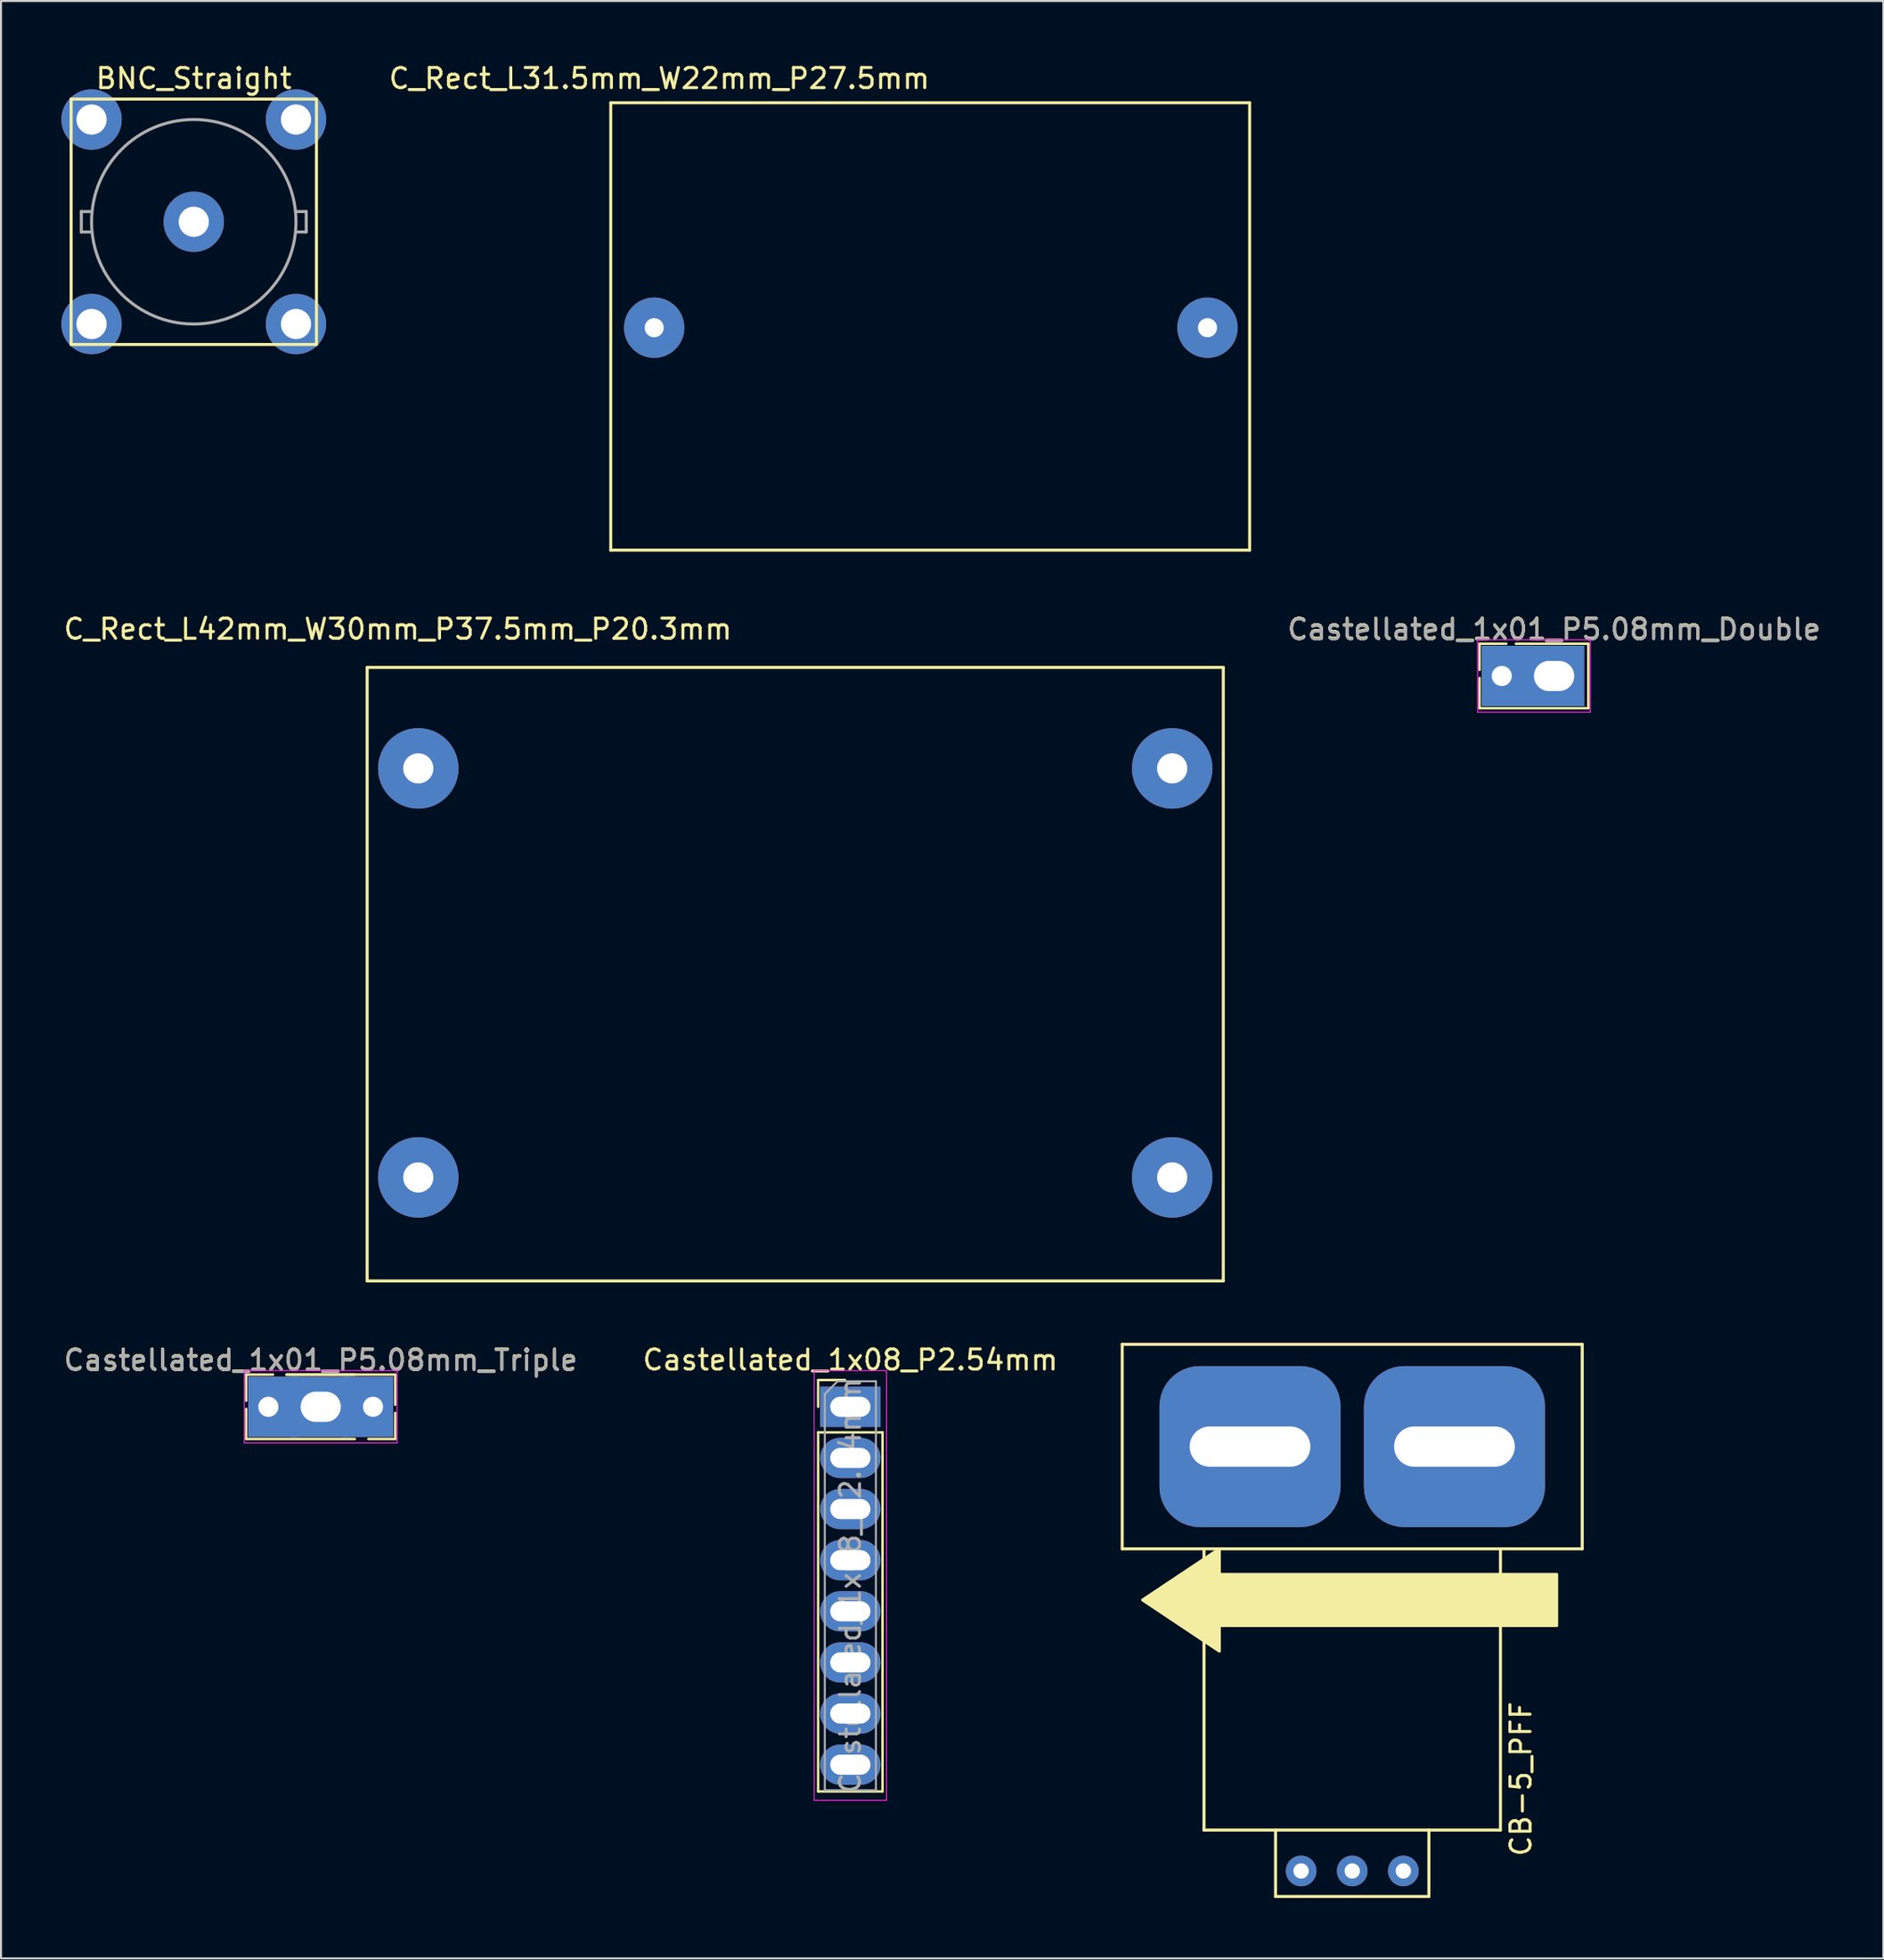
<source format=kicad_pcb>
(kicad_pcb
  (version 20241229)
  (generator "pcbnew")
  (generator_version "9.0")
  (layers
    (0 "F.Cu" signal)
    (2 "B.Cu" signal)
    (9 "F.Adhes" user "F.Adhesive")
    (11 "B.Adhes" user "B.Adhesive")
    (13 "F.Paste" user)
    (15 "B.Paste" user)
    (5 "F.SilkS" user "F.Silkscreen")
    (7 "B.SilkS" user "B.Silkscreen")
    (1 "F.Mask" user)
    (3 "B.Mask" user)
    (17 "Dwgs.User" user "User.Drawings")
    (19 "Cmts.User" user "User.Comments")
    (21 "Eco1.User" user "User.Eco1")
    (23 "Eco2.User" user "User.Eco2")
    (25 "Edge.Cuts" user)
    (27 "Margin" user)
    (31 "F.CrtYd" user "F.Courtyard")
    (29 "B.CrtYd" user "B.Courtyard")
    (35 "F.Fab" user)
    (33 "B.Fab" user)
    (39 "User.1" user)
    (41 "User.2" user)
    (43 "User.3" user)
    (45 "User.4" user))
  (footprint "C_Rect_L31.5mm_W22mm_P27.5mm"
    (layer "F.Cu")
    (at 42.541 2.055)
    (property "Reference" "C_Rect_L31.5mm_W22mm_P27.5mm" (at -12.827 -1.206 0) (layer "F.SilkS") (effects (font (size 1 1) (thickness 0.15))))
    (attr through_hole)
    (fp_line (start -15.24 0) (end 16.51 0) (stroke (width 0.15) (type solid)) (layer "F.SilkS"))
    (fp_line (start -15.24 22.225) (end -15.24 0) (stroke (width 0.15) (type solid)) (layer "F.SilkS"))
    (fp_line (start 16.51 0) (end 16.51 22.225) (stroke (width 0.15) (type solid)) (layer "F.SilkS"))
    (fp_line (start 16.51 22.225) (end -15.24 22.225) (stroke (width 0.15) (type solid)) (layer "F.SilkS"))
    (pad "1" thru_hole circle (at -13.081 11.176) (size 3 3) (drill 0.95) (layers "*.Cu" "*.Mask"))
    (pad "2" thru_hole circle (at 14.415 11.176) (size 3 3) (drill 0.95) (layers "*.Cu" "*.Mask")))
  (footprint "Castellated_1x08_P2.54mm"
    (layer "F.Cu")
    (at 39.208 66.841)
    (property "Reference" "Castellated_1x08_P2.54mm" (at 0 -2.33 0) (layer "F.SilkS") (effects (font (size 1 1) (thickness 0.15))))
    (attr through_hole)
    (fp_line (start -1.6 -1.33) (end -0.27 -1.33) (stroke (width 0.12) (type solid)) (layer "F.SilkS"))
    (fp_line (start -1.6 0) (end -1.6 -1.33) (stroke (width 0.12) (type solid)) (layer "F.SilkS"))
    (fp_line (start -1.6 1.27) (end -1.6 19.11) (stroke (width 0.12) (type solid)) (layer "F.SilkS"))
    (fp_line (start -1.6 1.27) (end 1.6 1.27) (stroke (width 0.12) (type solid)) (layer "F.SilkS"))
    (fp_line (start -1.6 19.11) (end 1.6 19.11) (stroke (width 0.12) (type solid)) (layer "F.SilkS"))
    (fp_line (start 1.6 1.27) (end 1.6 19.11) (stroke (width 0.12) (type solid)) (layer "F.SilkS"))
    (fp_line (start -1.8 -1.8) (end -1.8 19.55) (stroke (width 0.05) (type solid)) (layer "F.CrtYd"))
    (fp_line (start -1.8 19.55) (end 1.8 19.55) (stroke (width 0.05) (type solid)) (layer "F.CrtYd"))
    (fp_line (start 1.8 -1.8) (end -1.8 -1.8) (stroke (width 0.05) (type solid)) (layer "F.CrtYd"))
    (fp_line (start 1.8 19.55) (end 1.8 -1.8) (stroke (width 0.05) (type solid)) (layer "F.CrtYd"))
    (fp_line (start -1.27 -0.635) (end -0.635 -1.27) (stroke (width 0.1) (type solid)) (layer "F.Fab"))
    (fp_line (start -1.27 19.05) (end -1.27 -0.635) (stroke (width 0.1) (type solid)) (layer "F.Fab"))
    (fp_line (start -0.635 -1.27) (end 1.27 -1.27) (stroke (width 0.1) (type solid)) (layer "F.Fab"))
    (fp_line (start 1.27 -1.27) (end 1.27 19.05) (stroke (width 0.1) (type solid)) (layer "F.Fab"))
    (fp_line (start 1.27 19.05) (end -1.27 19.05) (stroke (width 0.1) (type solid)) (layer "F.Fab"))
    (fp_text user "${REFERENCE}" (at 0 8.89 90) (layer "F.Fab") (effects (font (size 1 1) (thickness 0.15))))
    (pad "1" thru_hole rect (at 0 0) (size 3 2) (drill oval 2 1) (layers "*.Cu" "*.Mask"))
    (pad "2" thru_hole oval (at 0 2.54) (size 3 2) (drill oval 2 1) (layers "*.Cu" "*.Mask"))
    (pad "3" thru_hole oval (at 0 5.08) (size 3 2) (drill oval 2 1) (layers "*.Cu" "*.Mask"))
    (pad "4" thru_hole oval (at 0 7.62) (size 3 2) (drill oval 2 1) (layers "*.Cu" "*.Mask"))
    (pad "5" thru_hole oval (at 0 10.16) (size 3 2) (drill oval 2 1) (layers "*.Cu" "*.Mask"))
    (pad "6" thru_hole oval (at 0 12.7) (size 3 2) (drill oval 2 1) (layers "*.Cu" "*.Mask"))
    (pad "7" thru_hole oval (at 0 15.24) (size 3 2) (drill oval 2 1) (layers "*.Cu" "*.Mask"))
    (pad "8" thru_hole oval (at 0 17.78) (size 3 2) (drill oval 2 1) (layers "*.Cu" "*.Mask")))
  (footprint "C_Rect_L42mm_W30mm_P37.5mm_P20.3mm"
    (layer "F.Cu")
    (at 36.405 30.108)
    (property "Reference" "C_Rect_L42mm_W30mm_P37.5mm_P20.3mm" (at -19.685 -1.905 0) (layer "F.SilkS") (effects (font (size 1 1) (thickness 0.15))))
    (attr through_hole)
    (fp_line (start -21.209 0) (end 21.336 0) (stroke (width 0.15) (type solid)) (layer "F.SilkS"))
    (fp_line (start -21.209 30.48) (end -21.209 0) (stroke (width 0.15) (type solid)) (layer "F.SilkS"))
    (fp_line (start 21.336 0) (end 21.336 30.48) (stroke (width 0.15) (type solid)) (layer "F.SilkS"))
    (fp_line (start 21.336 30.48) (end -21.209 30.48) (stroke (width 0.15) (type solid)) (layer "F.SilkS"))
    (pad "1" thru_hole circle (at -18.669 5.016) (size 4 4) (drill 1.5) (layers "*.Cu" "*.Mask"))
    (pad "1" thru_hole circle (at -18.669 25.337) (size 4 4) (drill 1.5) (layers "*.Cu" "*.Mask"))
    (pad "2" thru_hole circle (at 18.796 5.016) (size 4 4) (drill 1.5) (layers "*.Cu" "*.Mask"))
    (pad "2" thru_hole circle (at 18.796 25.337) (size 4 4) (drill 1.5) (layers "*.Cu" "*.Mask")))
  (footprint "CB-5_PFF"
    (layer "F.Cu")
    (at 64.148 65.008)
    (property "Reference" "CB-5_PFF" (at 8.382 20.32 90) (layer "F.SilkS") (effects (font (size 1 1) (thickness 0.15))))
    (attr through_hole)
    (fp_line (start -11.43 -1.27) (end 11.43 -1.27) (stroke (width 0.15) (type solid)) (layer "F.SilkS"))
    (fp_line (start -11.43 8.89) (end -11.43 -1.27) (stroke (width 0.15) (type solid)) (layer "F.SilkS"))
    (fp_line (start -7.366 8.89) (end -7.366 22.86) (stroke (width 0.15) (type solid)) (layer "F.SilkS"))
    (fp_line (start -7.366 22.86) (end 7.366 22.86) (stroke (width 0.15) (type solid)) (layer "F.SilkS"))
    (fp_line (start -3.81 22.86) (end -3.81 26.162) (stroke (width 0.15) (type solid)) (layer "F.SilkS"))
    (fp_line (start -3.81 26.162) (end 3.81 26.162) (stroke (width 0.15) (type solid)) (layer "F.SilkS"))
    (fp_line (start 3.81 26.162) (end 3.81 22.86) (stroke (width 0.15) (type solid)) (layer "F.SilkS"))
    (fp_line (start 7.366 22.86) (end 7.366 8.89) (stroke (width 0.15) (type solid)) (layer "F.SilkS"))
    (fp_line (start 11.43 -1.27) (end 11.43 8.89) (stroke (width 0.15) (type solid)) (layer "F.SilkS"))
    (fp_line (start 11.43 8.89) (end -11.43 8.89) (stroke (width 0.15) (type solid)) (layer "F.SilkS"))
    (fp_poly (pts (xy -6.604 8.89) (xy -6.604 13.97) (xy -10.414 11.43)) (stroke (width 0.15) (type solid)) (fill yes) (layer "F.SilkS"))
    (fp_poly (pts (xy 10.16 10.16) (xy 10.16 12.7) (xy -6.604 12.7) (xy -6.604 10.16)) (stroke (width 0.15) (type solid)) (fill yes) (layer "F.SilkS"))
    (pad "1" thru_hole circle (at -2.54 24.892) (size 1.524 1.524) (drill 0.762) (layers "*.Cu" "*.Mask"))
    (pad "2" thru_hole circle (at 0 24.892) (size 1.524 1.524) (drill 0.762) (layers "*.Cu" "*.Mask"))
    (pad "3" thru_hole circle (at 2.54 24.892) (size 1.524 1.524) (drill 0.762) (layers "*.Cu" "*.Mask"))
    (pad "4" thru_hole roundrect (at -5.08 3.81 180) (size 9 8) (drill oval 6 2) (layers "*.Cu" "*.Mask") (roundrect_rratio 0.25))
    (pad "5" thru_hole roundrect (at 5.08 3.81) (size 9 8) (drill oval 6 2) (layers "*.Cu" "*.Mask") (roundrect_rratio 0.25)))
  (footprint "BNC_Straight"
    (layer "F.Cu")
    (at 6.58 7.968)
    (property "Reference" "BNC_Straight" (at 0 -7.12 0) (layer "F.SilkS") (effects (font (size 1 1) (thickness 0.15))))
    (attr through_hole)
    (fp_line (start -6.096 -6.096) (end 6.096 -6.096) (stroke (width 0.15) (type solid)) (layer "F.SilkS"))
    (fp_line (start -6.096 6.096) (end -6.096 -6.096) (stroke (width 0.15) (type solid)) (layer "F.SilkS"))
    (fp_line (start 6.096 -6.096) (end 6.096 6.096) (stroke (width 0.15) (type solid)) (layer "F.SilkS"))
    (fp_line (start 6.096 6.096) (end -6.096 6.096) (stroke (width 0.15) (type solid)) (layer "F.SilkS"))
    (fp_line (start -5.588 -0.508) (end -5.08 -0.508) (stroke (width 0.15) (type solid)) (layer "F.Fab"))
    (fp_line (start -5.588 0.508) (end -5.588 -0.508) (stroke (width 0.15) (type solid)) (layer "F.Fab"))
    (fp_line (start -5.08 0.508) (end -5.588 0.508) (stroke (width 0.15) (type solid)) (layer "F.Fab"))
    (fp_line (start 5.08 -0.508) (end 5.588 -0.508) (stroke (width 0.15) (type solid)) (layer "F.Fab"))
    (fp_line (start 5.588 -0.508) (end 5.588 0.508) (stroke (width 0.15) (type solid)) (layer "F.Fab"))
    (fp_line (start 5.588 0.508) (end 5.08 0.508) (stroke (width 0.15) (type solid)) (layer "F.Fab"))
    (fp_circle (center 0 0) (end 5.08 0) (stroke (width 0.15) (type solid)) (fill no) (layer "F.Fab"))
    (pad "1" thru_hole circle (at 0 0) (size 3 3) (drill 1.5) (layers "*.Cu" "*.Mask"))
    (pad "2" thru_hole circle (at -5.08 -5.08) (size 3 3) (drill 1.5) (layers "*.Cu" "*.Mask"))
    (pad "2" thru_hole circle (at -5.08 5.08) (size 3 3) (drill 1.5) (layers "*.Cu" "*.Mask"))
    (pad "2" thru_hole circle (at 5.08 -5.08) (size 3 3) (drill 1.5) (layers "*.Cu" "*.Mask"))
    (pad "2" thru_hole circle (at 5.08 5.08) (size 3 3) (drill 1.5) (layers "*.Cu" "*.Mask")))
  (footprint "Castellated_1x01_P5.08mm_Triple"
    (layer "F.Cu")
    (at 12.887 66.841)
    (property "Reference" "Castellated_1x01_P5.08mm_Triple" (at 0 -2.33 0) (layer "F.SilkS") (effects (font (size 1 1) (thickness 0.15))))
    (attr through_hole)
    (fp_line (start -3.7 -1.6) (end -2.37 -1.6) (stroke (width 0.12) (type solid)) (layer "F.SilkS"))
    (fp_line (start -3.7 -0.3) (end -3.7 -1.6) (stroke (width 0.12) (type solid)) (layer "F.SilkS"))
    (fp_line (start -3.7 0.1) (end -3.7 1.6) (stroke (width 0.12) (type solid)) (layer "F.SilkS"))
    (fp_line (start -3.7 1.6) (end 1.7 1.6) (stroke (width 0.12) (type solid)) (layer "F.SilkS"))
    (fp_line (start -1.7 -1.6) (end 1.7 -1.6) (stroke (width 0.12) (type solid)) (layer "F.SilkS"))
    (fp_line (start 3.7 -1.6) (end -1.7 -1.6) (stroke (width 0.12) (type solid)) (layer "F.SilkS"))
    (fp_line (start 3.7 -0.1) (end 3.7 -1.6) (stroke (width 0.12) (type solid)) (layer "F.SilkS"))
    (fp_line (start 3.7 0.3) (end 3.7 1.6) (stroke (width 0.12) (type solid)) (layer "F.SilkS"))
    (fp_line (start 3.7 1.6) (end 2.37 1.6) (stroke (width 0.12) (type solid)) (layer "F.SilkS"))
    (fp_line (start -3.8 -1.8) (end -3.8 1.8) (stroke (width 0.05) (type solid)) (layer "F.CrtYd"))
    (fp_line (start -3.8 1.8) (end 3.8 1.8) (stroke (width 0.05) (type solid)) (layer "F.CrtYd"))
    (fp_line (start 3.8 -1.8) (end -3.8 -1.8) (stroke (width 0.05) (type solid)) (layer "F.CrtYd"))
    (fp_line (start 3.8 1.8) (end 3.8 -1.8) (stroke (width 0.05) (type solid)) (layer "F.CrtYd"))
    (fp_text user "${REFERENCE}" (at 0 -2.3 180) (layer "F.Fab") (effects (font (size 1 1) (thickness 0.15))))
    (pad "1" thru_hole rect (at -2.6 0) (size 2.5 3) (drill 1 (offset 0.25 0)) (layers "*.Cu" "*.Mask"))
    (pad "1" thru_hole rect (at 0 0) (size 3 3) (drill oval 2 1.5) (layers "*.Cu" "*.Mask"))
    (pad "1" thru_hole rect (at 2.6 0 180) (size 2.5 3) (drill 1 (offset 0.25 0)) (layers "*.Cu" "*.Mask")))
  (footprint "Castellated_1x01_P5.08mm_Double"
    (layer "F.Cu")
    (at 74.179 30.533)
    (property "Reference" "Castellated_1x01_P5.08mm_Double" (at 0 -2.33 0) (layer "F.SilkS") (effects (font (size 1 1) (thickness 0.15))))
    (attr through_hole)
    (fp_line (start -3.7 -1.6) (end -2.37 -1.6) (stroke (width 0.12) (type solid)) (layer "F.SilkS"))
    (fp_line (start -3.7 -0.3) (end -3.7 -1.6) (stroke (width 0.12) (type solid)) (layer "F.SilkS"))
    (fp_line (start -3.7 0.1) (end -3.7 1.6) (stroke (width 0.12) (type solid)) (layer "F.SilkS"))
    (fp_line (start -3.7 1.6) (end 1.7 1.6) (stroke (width 0.12) (type solid)) (layer "F.SilkS"))
    (fp_line (start -1.9 -1.6) (end 1.7 -1.6) (stroke (width 0.12) (type solid)) (layer "F.SilkS"))
    (fp_line (start 1.7 -1.6) (end 1.7 1.6) (stroke (width 0.12) (type solid)) (layer "F.SilkS"))
    (fp_line (start -3.8 -1.8) (end -3.8 1.8) (stroke (width 0.05) (type solid)) (layer "F.CrtYd"))
    (fp_line (start -3.8 1.8) (end 1.8 1.8) (stroke (width 0.05) (type solid)) (layer "F.CrtYd"))
    (fp_line (start 1.8 -1.8) (end -3.8 -1.8) (stroke (width 0.05) (type solid)) (layer "F.CrtYd"))
    (fp_line (start 1.8 1.8) (end 1.8 -1.8) (stroke (width 0.05) (type solid)) (layer "F.CrtYd"))
    (fp_text user "${REFERENCE}" (at 0 -2.3 180) (layer "F.Fab") (effects (font (size 1 1) (thickness 0.15))))
    (pad "1" thru_hole rect (at -2.6 0) (size 2.5 3) (drill 1 (offset 0.25 0)) (layers "*.Cu" "*.Mask"))
    (pad "1" thru_hole rect (at 0 0) (size 3 3) (drill oval 2 1.5) (layers "*.Cu" "*.Mask")))
  (gr_rect
    (start -3 -3)
    (end 90.542 94.245)
    (stroke (width 0.1) (type default))
    (fill no)
    (layer "Edge.Cuts")))
</source>
